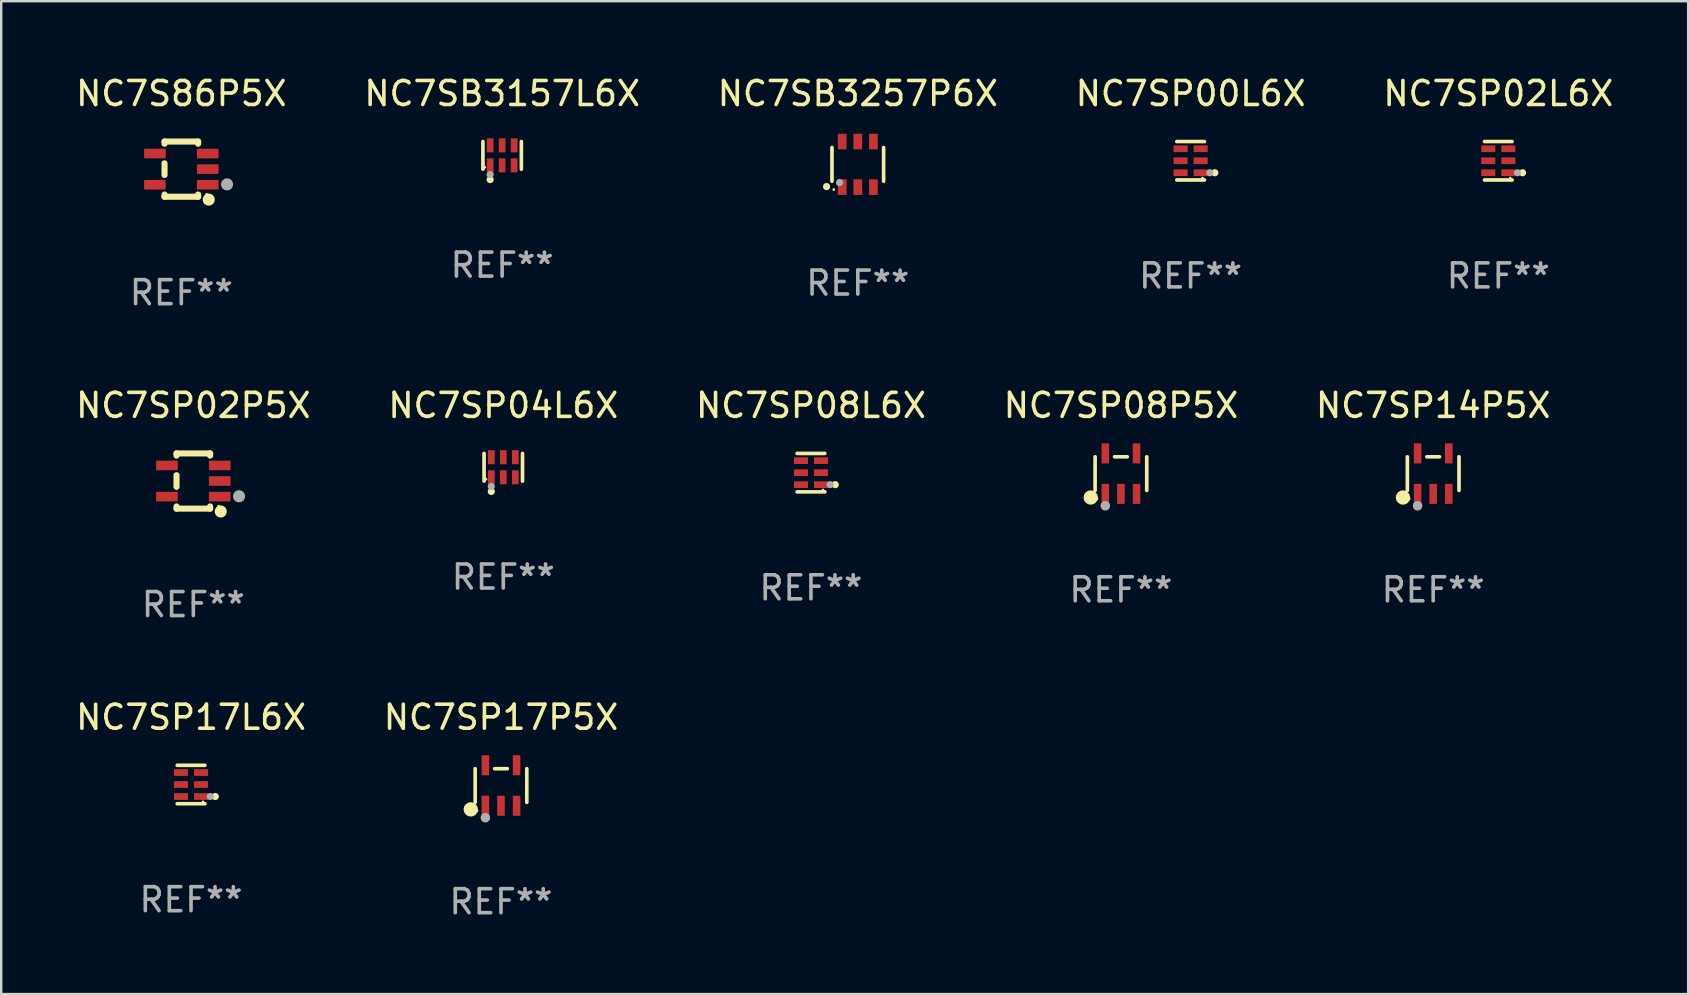
<source format=kicad_pcb>
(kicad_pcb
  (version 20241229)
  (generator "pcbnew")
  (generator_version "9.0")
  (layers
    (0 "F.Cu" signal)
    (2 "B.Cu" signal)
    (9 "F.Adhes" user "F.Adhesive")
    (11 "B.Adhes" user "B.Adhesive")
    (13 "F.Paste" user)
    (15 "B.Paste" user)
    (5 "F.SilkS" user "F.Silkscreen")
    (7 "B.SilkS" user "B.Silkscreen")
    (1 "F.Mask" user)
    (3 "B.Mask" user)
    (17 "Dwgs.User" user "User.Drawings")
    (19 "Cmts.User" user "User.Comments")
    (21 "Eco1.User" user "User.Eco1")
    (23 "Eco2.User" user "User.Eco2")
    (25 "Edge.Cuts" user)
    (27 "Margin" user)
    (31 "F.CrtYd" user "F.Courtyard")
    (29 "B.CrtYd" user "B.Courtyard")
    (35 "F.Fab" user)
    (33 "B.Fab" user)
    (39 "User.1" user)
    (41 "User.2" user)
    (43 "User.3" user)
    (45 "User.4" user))
  (footprint "NC7SP02P5X"
    (layer "F.Cu")
    (at 5.006 16.995)
    (property "Reference" "NC7SP02P5X" (at 0 -3.15 0) (layer "F.SilkS") (effects (font (size 1 1) (thickness 0.15))))
    (attr through_hole)
    (fp_line (start -0.7 -1.15) (end 0.7 -1.15) (stroke (width 0.254) (type solid)) (layer "F.SilkS"))
    (fp_line (start -0.7 -1.058) (end -0.7 -1.15) (stroke (width 0.254) (type solid)) (layer "F.SilkS"))
    (fp_line (start -0.7 0.242) (end -0.7 -0.242) (stroke (width 0.254) (type solid)) (layer "F.SilkS"))
    (fp_line (start -0.7 1.15) (end -0.7 1.058) (stroke (width 0.254) (type solid)) (layer "F.SilkS"))
    (fp_line (start -0.7 1.15) (end 0.7 1.15) (stroke (width 0.254) (type solid)) (layer "F.SilkS"))
    (fp_line (start 0.7 -1.058) (end 0.7 -1.15) (stroke (width 0.254) (type solid)) (layer "F.SilkS"))
    (fp_line (start 0.7 1.15) (end 0.7 1.058) (stroke (width 0.254) (type solid)) (layer "F.SilkS"))
    (fp_circle (center 1.053 1.052) (end 1.083 1.052) (stroke (width 0.06) (type solid)) (fill no) (layer "F.SilkS"))
    (fp_circle (center 1.143 1.27) (end 1.27 1.27) (stroke (width 0.254) (type solid)) (fill no) (layer "F.SilkS"))
    (fp_circle (center 1.905 0.635) (end 2.032 0.635) (stroke (width 0.254) (type solid)) (fill no) (layer "F.Fab"))
    (fp_text user "REF**" (at 0 5.15 0) (layer "F.Fab") (effects (font (size 1 1) (thickness 0.15))))
    (pad "1" smd rect (at 1.1 0.65 90) (size 0.4 0.9) (layers "F.Cu" "F.Mask" "F.Paste"))
    (pad "2" smd rect (at 1.1 0.000076 90) (size 0.4 0.9) (layers "F.Cu" "F.Mask" "F.Paste"))
    (pad "3" smd rect (at 1.1 -0.65 90) (size 0.4 0.9) (layers "F.Cu" "F.Mask" "F.Paste"))
    (pad "4" smd rect (at -1.1 -0.65 90) (size 0.4 0.9) (layers "F.Cu" "F.Mask" "F.Paste"))
    (pad "5" smd rect (at -1.1 0.65 90) (size 0.4 0.9) (layers "F.Cu" "F.Mask" "F.Paste")))
  (footprint "NC7SP08L6X"
    (layer "F.Cu")
    (at 30.744 16.646)
    (property "Reference" "NC7SP08L6X" (at 0 -2.801 0) (layer "F.SilkS") (effects (font (size 1 1) (thickness 0.15))))
    (attr through_hole)
    (fp_line (start 0.576 -0.801) (end -0.576 -0.801) (stroke (width 0.152) (type solid)) (layer "F.SilkS"))
    (fp_line (start 0.576 0.801) (end -0.576 0.801) (stroke (width 0.152) (type solid)) (layer "F.SilkS"))
    (fp_circle (center 0.5 0.725) (end 0.53 0.725) (stroke (width 0.06) (type solid)) (fill no) (layer "F.SilkS"))
    (fp_circle (center 1.01 0.5) (end 1.085 0.5) (stroke (width 0.15) (type solid)) (fill no) (layer "F.SilkS"))
    (fp_circle (center 0.8 0.5) (end 0.875 0.5) (stroke (width 0.15) (type solid)) (fill no) (layer "F.Fab"))
    (fp_text user "REF**" (at 0 4.801 0) (layer "F.Fab") (effects (font (size 1 1) (thickness 0.15))))
    (pad "1" smd rect (at 0.418 0.5 90) (size 0.28 0.585) (layers "F.Cu" "F.Mask" "F.Paste"))
    (pad "2" smd rect (at 0.418 0 90) (size 0.28 0.585) (layers "F.Cu" "F.Mask" "F.Paste"))
    (pad "3" smd rect (at 0.418 -0.5 90) (size 0.28 0.585) (layers "F.Cu" "F.Mask" "F.Paste"))
    (pad "4" smd rect (at -0.418 -0.5 90) (size 0.28 0.585) (layers "F.Cu" "F.Mask" "F.Paste"))
    (pad "5" smd rect (at -0.418 0 90) (size 0.28 0.585) (layers "F.Cu" "F.Mask" "F.Paste"))
    (pad "6" smd rect (at -0.418 0.5 90) (size 0.28 0.585) (layers "F.Cu" "F.Mask" "F.Paste")))
  (footprint "NC7SP04L6X"
    (layer "F.Cu")
    (at 17.923 16.421)
    (property "Reference" "NC7SP04L6X" (at 0 -2.576 0) (layer "F.SilkS") (effects (font (size 1 1) (thickness 0.15))))
    (attr through_hole)
    (fp_line (start -0.801 0.576) (end -0.801 -0.576) (stroke (width 0.152) (type solid)) (layer "F.SilkS"))
    (fp_line (start 0.801 0.576) (end 0.801 -0.576) (stroke (width 0.152) (type solid)) (layer "F.SilkS"))
    (fp_circle (center -0.725 0.5) (end -0.695 0.5) (stroke (width 0.06) (type solid)) (fill no) (layer "F.SilkS"))
    (fp_circle (center -0.5 1.01) (end -0.425 1.01) (stroke (width 0.15) (type solid)) (fill no) (layer "F.SilkS"))
    (fp_circle (center -0.5 0.8) (end -0.425 0.8) (stroke (width 0.15) (type solid)) (fill no) (layer "F.Fab"))
    (fp_text user "REF**" (at 0 4.576 0) (layer "F.Fab") (effects (font (size 1 1) (thickness 0.15))))
    (pad "1" smd rect (at -0.5 0.418) (size 0.28 0.585) (layers "F.Cu" "F.Mask" "F.Paste"))
    (pad "2" smd rect (at 0 0.418) (size 0.28 0.585) (layers "F.Cu" "F.Mask" "F.Paste"))
    (pad "3" smd rect (at 0.5 0.418) (size 0.28 0.585) (layers "F.Cu" "F.Mask" "F.Paste"))
    (pad "4" smd rect (at 0.5 -0.418) (size 0.28 0.585) (layers "F.Cu" "F.Mask" "F.Paste"))
    (pad "5" smd rect (at 0 -0.418) (size 0.28 0.585) (layers "F.Cu" "F.Mask" "F.Paste"))
    (pad "6" smd rect (at -0.5 -0.418) (size 0.28 0.585) (layers "F.Cu" "F.Mask" "F.Paste")))
  (footprint "NC7SB3257P6X"
    (layer "F.Cu")
    (at 32.696 3.798)
    (property "Reference" "NC7SB3257P6X" (at 0 -2.95 0) (layer "F.SilkS") (effects (font (size 1 1) (thickness 0.15))))
    (attr through_hole)
    (fp_line (start -1.076 0.701) (end -1.076 -0.701) (stroke (width 0.152) (type solid)) (layer "F.SilkS"))
    (fp_line (start 1.076 0.701) (end 1.076 -0.701) (stroke (width 0.152) (type solid)) (layer "F.SilkS"))
    (fp_circle (center -1.303 0.927) (end -1.228 0.927) (stroke (width 0.15) (type solid)) (fill no) (layer "F.SilkS"))
    (fp_circle (center -1 1.05) (end -0.97 1.05) (stroke (width 0.06) (type solid)) (fill no) (layer "F.SilkS"))
    (fp_circle (center -0.762 0.762) (end -0.687 0.762) (stroke (width 0.15) (type solid)) (fill no) (layer "F.Fab"))
    (fp_text user "REF**" (at 0 4.95 0) (layer "F.Fab") (effects (font (size 1 1) (thickness 0.15))))
    (pad "1" smd rect (at -0.65 0.95) (size 0.364 0.65) (layers "F.Cu" "F.Mask" "F.Paste"))
    (pad "2" smd rect (at 0 0.95) (size 0.364 0.65) (layers "F.Cu" "F.Mask" "F.Paste"))
    (pad "3" smd rect (at 0.65 0.95) (size 0.364 0.65) (layers "F.Cu" "F.Mask" "F.Paste"))
    (pad "4" smd rect (at 0.65 -0.95) (size 0.364 0.65) (layers "F.Cu" "F.Mask" "F.Paste"))
    (pad "5" smd rect (at 0 -0.95) (size 0.364 0.65) (layers "F.Cu" "F.Mask" "F.Paste"))
    (pad "6" smd rect (at -0.65 -0.95) (size 0.364 0.65) (layers "F.Cu" "F.Mask" "F.Paste")))
  (footprint "NC7SP14P5X"
    (layer "F.Cu")
    (at 56.673 16.687)
    (property "Reference" "NC7SP14P5X" (at 0 -2.843 0) (layer "F.SilkS") (effects (font (size 1 1) (thickness 0.15))))
    (attr through_hole)
    (fp_line (start -1.076 0.701) (end -1.076 -0.701) (stroke (width 0.152) (type solid)) (layer "F.SilkS"))
    (fp_line (start 0.264 -0.701) (end -0.264 -0.701) (stroke (width 0.152) (type solid)) (layer "F.SilkS"))
    (fp_line (start 1.076 0.701) (end 1.076 -0.701) (stroke (width 0.152) (type solid)) (layer "F.SilkS"))
    (fp_circle (center -1.26 0.995) (end -1.11 0.995) (stroke (width 0.3) (type solid)) (fill no) (layer "F.SilkS"))
    (fp_circle (center -1 1.05) (end -0.97 1.05) (stroke (width 0.06) (type solid)) (fill no) (layer "F.SilkS"))
    (fp_circle (center -0.65 1.341) (end -0.55 1.341) (stroke (width 0.2) (type solid)) (fill no) (layer "F.Fab"))
    (fp_text user "REF**" (at 0 4.843 0) (layer "F.Fab") (effects (font (size 1 1) (thickness 0.15))))
    (pad "1" smd rect (at -0.65 0.843) (size 0.315 0.835) (layers "F.Cu" "F.Mask" "F.Paste"))
    (pad "2" smd rect (at 0.00014 0.843) (size 0.315 0.835) (layers "F.Cu" "F.Mask" "F.Paste"))
    (pad "3" smd rect (at 0.65 0.843) (size 0.315 0.835) (layers "F.Cu" "F.Mask" "F.Paste"))
    (pad "4" smd rect (at 0.65 -0.843) (size 0.315 0.835) (layers "F.Cu" "F.Mask" "F.Paste"))
    (pad "5" smd rect (at -0.65 -0.843) (size 0.315 0.835) (layers "F.Cu" "F.Mask" "F.Paste")))
  (footprint "NC7SP17L6X"
    (layer "F.Cu")
    (at 4.911 29.642)
    (property "Reference" "NC7SP17L6X" (at 0 -2.801 0) (layer "F.SilkS") (effects (font (size 1 1) (thickness 0.15))))
    (attr through_hole)
    (fp_line (start 0.576 -0.801) (end -0.576 -0.801) (stroke (width 0.152) (type solid)) (layer "F.SilkS"))
    (fp_line (start 0.576 0.801) (end -0.576 0.801) (stroke (width 0.152) (type solid)) (layer "F.SilkS"))
    (fp_circle (center 0.5 0.725) (end 0.53 0.725) (stroke (width 0.06) (type solid)) (fill no) (layer "F.SilkS"))
    (fp_circle (center 1.01 0.5) (end 1.085 0.5) (stroke (width 0.15) (type solid)) (fill no) (layer "F.SilkS"))
    (fp_circle (center 0.8 0.5) (end 0.875 0.5) (stroke (width 0.15) (type solid)) (fill no) (layer "F.Fab"))
    (fp_text user "REF**" (at 0 4.801 0) (layer "F.Fab") (effects (font (size 1 1) (thickness 0.15))))
    (pad "1" smd rect (at 0.418 0.5 90) (size 0.28 0.585) (layers "F.Cu" "F.Mask" "F.Paste"))
    (pad "2" smd rect (at 0.418 0 90) (size 0.28 0.585) (layers "F.Cu" "F.Mask" "F.Paste"))
    (pad "3" smd rect (at 0.418 -0.5 90) (size 0.28 0.585) (layers "F.Cu" "F.Mask" "F.Paste"))
    (pad "4" smd rect (at -0.418 -0.5 90) (size 0.28 0.585) (layers "F.Cu" "F.Mask" "F.Paste"))
    (pad "5" smd rect (at -0.418 0 90) (size 0.28 0.585) (layers "F.Cu" "F.Mask" "F.Paste"))
    (pad "6" smd rect (at -0.418 0.5 90) (size 0.28 0.585) (layers "F.Cu" "F.Mask" "F.Paste")))
  (footprint "NC7SP00L6X"
    (layer "F.Cu")
    (at 46.565 3.649)
    (property "Reference" "NC7SP00L6X" (at 0 -2.801 0) (layer "F.SilkS") (effects (font (size 1 1) (thickness 0.15))))
    (attr through_hole)
    (fp_line (start 0.576 -0.801) (end -0.576 -0.801) (stroke (width 0.152) (type solid)) (layer "F.SilkS"))
    (fp_line (start 0.576 0.801) (end -0.576 0.801) (stroke (width 0.152) (type solid)) (layer "F.SilkS"))
    (fp_circle (center 0.5 0.725) (end 0.53 0.725) (stroke (width 0.06) (type solid)) (fill no) (layer "F.SilkS"))
    (fp_circle (center 1.01 0.5) (end 1.085 0.5) (stroke (width 0.15) (type solid)) (fill no) (layer "F.SilkS"))
    (fp_circle (center 0.8 0.5) (end 0.875 0.5) (stroke (width 0.15) (type solid)) (fill no) (layer "F.Fab"))
    (fp_text user "REF**" (at 0 4.801 0) (layer "F.Fab") (effects (font (size 1 1) (thickness 0.15))))
    (pad "1" smd rect (at 0.418 0.5 90) (size 0.28 0.585) (layers "F.Cu" "F.Mask" "F.Paste"))
    (pad "2" smd rect (at 0.418 0 90) (size 0.28 0.585) (layers "F.Cu" "F.Mask" "F.Paste"))
    (pad "3" smd rect (at 0.418 -0.5 90) (size 0.28 0.585) (layers "F.Cu" "F.Mask" "F.Paste"))
    (pad "4" smd rect (at -0.418 -0.5 90) (size 0.28 0.585) (layers "F.Cu" "F.Mask" "F.Paste"))
    (pad "5" smd rect (at -0.418 0 90) (size 0.28 0.585) (layers "F.Cu" "F.Mask" "F.Paste"))
    (pad "6" smd rect (at -0.418 0.5 90) (size 0.28 0.585) (layers "F.Cu" "F.Mask" "F.Paste")))
  (footprint "NC7SP08P5X"
    (layer "F.Cu")
    (at 43.661 16.687)
    (property "Reference" "NC7SP08P5X" (at 0 -2.843 0) (layer "F.SilkS") (effects (font (size 1 1) (thickness 0.15))))
    (attr through_hole)
    (fp_line (start -1.076 0.701) (end -1.076 -0.701) (stroke (width 0.152) (type solid)) (layer "F.SilkS"))
    (fp_line (start 0.264 -0.701) (end -0.264 -0.701) (stroke (width 0.152) (type solid)) (layer "F.SilkS"))
    (fp_line (start 1.076 0.701) (end 1.076 -0.701) (stroke (width 0.152) (type solid)) (layer "F.SilkS"))
    (fp_circle (center -1.26 0.995) (end -1.11 0.995) (stroke (width 0.3) (type solid)) (fill no) (layer "F.SilkS"))
    (fp_circle (center -1 1.05) (end -0.97 1.05) (stroke (width 0.06) (type solid)) (fill no) (layer "F.SilkS"))
    (fp_circle (center -0.65 1.341) (end -0.55 1.341) (stroke (width 0.2) (type solid)) (fill no) (layer "F.Fab"))
    (fp_text user "REF**" (at 0 4.843 0) (layer "F.Fab") (effects (font (size 1 1) (thickness 0.15))))
    (pad "1" smd rect (at -0.65 0.843) (size 0.315 0.835) (layers "F.Cu" "F.Mask" "F.Paste"))
    (pad "2" smd rect (at 0.00014 0.843) (size 0.315 0.835) (layers "F.Cu" "F.Mask" "F.Paste"))
    (pad "3" smd rect (at 0.65 0.843) (size 0.315 0.835) (layers "F.Cu" "F.Mask" "F.Paste"))
    (pad "4" smd rect (at 0.65 -0.843) (size 0.315 0.835) (layers "F.Cu" "F.Mask" "F.Paste"))
    (pad "5" smd rect (at -0.65 -0.843) (size 0.315 0.835) (layers "F.Cu" "F.Mask" "F.Paste")))
  (footprint "NC7SP02L6X"
    (layer "F.Cu")
    (at 59.387 3.649)
    (property "Reference" "NC7SP02L6X" (at 0 -2.801 0) (layer "F.SilkS") (effects (font (size 1 1) (thickness 0.15))))
    (attr through_hole)
    (fp_line (start 0.576 -0.801) (end -0.576 -0.801) (stroke (width 0.152) (type solid)) (layer "F.SilkS"))
    (fp_line (start 0.576 0.801) (end -0.576 0.801) (stroke (width 0.152) (type solid)) (layer "F.SilkS"))
    (fp_circle (center 0.5 0.725) (end 0.53 0.725) (stroke (width 0.06) (type solid)) (fill no) (layer "F.SilkS"))
    (fp_circle (center 1.01 0.5) (end 1.085 0.5) (stroke (width 0.15) (type solid)) (fill no) (layer "F.SilkS"))
    (fp_circle (center 0.8 0.5) (end 0.875 0.5) (stroke (width 0.15) (type solid)) (fill no) (layer "F.Fab"))
    (fp_text user "REF**" (at 0 4.801 0) (layer "F.Fab") (effects (font (size 1 1) (thickness 0.15))))
    (pad "1" smd rect (at 0.418 0.5 90) (size 0.28 0.585) (layers "F.Cu" "F.Mask" "F.Paste"))
    (pad "2" smd rect (at 0.418 0 90) (size 0.28 0.585) (layers "F.Cu" "F.Mask" "F.Paste"))
    (pad "3" smd rect (at 0.418 -0.5 90) (size 0.28 0.585) (layers "F.Cu" "F.Mask" "F.Paste"))
    (pad "4" smd rect (at -0.418 -0.5 90) (size 0.28 0.585) (layers "F.Cu" "F.Mask" "F.Paste"))
    (pad "5" smd rect (at -0.418 0 90) (size 0.28 0.585) (layers "F.Cu" "F.Mask" "F.Paste"))
    (pad "6" smd rect (at -0.418 0.5 90) (size 0.28 0.585) (layers "F.Cu" "F.Mask" "F.Paste")))
  (footprint "NC7S86P5X"
    (layer "F.Cu")
    (at 4.506 3.998)
    (property "Reference" "NC7S86P5X" (at 0 -3.15 0) (layer "F.SilkS") (effects (font (size 1 1) (thickness 0.15))))
    (attr through_hole)
    (fp_line (start -0.7 -1.15) (end 0.7 -1.15) (stroke (width 0.254) (type solid)) (layer "F.SilkS"))
    (fp_line (start -0.7 -1.058) (end -0.7 -1.15) (stroke (width 0.254) (type solid)) (layer "F.SilkS"))
    (fp_line (start -0.7 0.242) (end -0.7 -0.242) (stroke (width 0.254) (type solid)) (layer "F.SilkS"))
    (fp_line (start -0.7 1.15) (end -0.7 1.058) (stroke (width 0.254) (type solid)) (layer "F.SilkS"))
    (fp_line (start -0.7 1.15) (end 0.7 1.15) (stroke (width 0.254) (type solid)) (layer "F.SilkS"))
    (fp_line (start 0.7 -1.058) (end 0.7 -1.15) (stroke (width 0.254) (type solid)) (layer "F.SilkS"))
    (fp_line (start 0.7 1.15) (end 0.7 1.058) (stroke (width 0.254) (type solid)) (layer "F.SilkS"))
    (fp_circle (center 1.053 1.052) (end 1.083 1.052) (stroke (width 0.06) (type solid)) (fill no) (layer "F.SilkS"))
    (fp_circle (center 1.143 1.27) (end 1.27 1.27) (stroke (width 0.254) (type solid)) (fill no) (layer "F.SilkS"))
    (fp_circle (center 1.905 0.635) (end 2.032 0.635) (stroke (width 0.254) (type solid)) (fill no) (layer "F.Fab"))
    (fp_text user "REF**" (at 0 5.15 0) (layer "F.Fab") (effects (font (size 1 1) (thickness 0.15))))
    (pad "1" smd rect (at 1.1 0.65 90) (size 0.4 0.9) (layers "F.Cu" "F.Mask" "F.Paste"))
    (pad "2" smd rect (at 1.1 0.000076 90) (size 0.4 0.9) (layers "F.Cu" "F.Mask" "F.Paste"))
    (pad "3" smd rect (at 1.1 -0.65 90) (size 0.4 0.9) (layers "F.Cu" "F.Mask" "F.Paste"))
    (pad "4" smd rect (at -1.1 -0.65 90) (size 0.4 0.9) (layers "F.Cu" "F.Mask" "F.Paste"))
    (pad "5" smd rect (at -1.1 0.65 90) (size 0.4 0.9) (layers "F.Cu" "F.Mask" "F.Paste")))
  (footprint "NC7SB3157L6X"
    (layer "F.Cu")
    (at 17.875 3.424)
    (property "Reference" "NC7SB3157L6X" (at 0 -2.576 0) (layer "F.SilkS") (effects (font (size 1 1) (thickness 0.15))))
    (attr through_hole)
    (fp_line (start -0.801 0.576) (end -0.801 -0.576) (stroke (width 0.152) (type solid)) (layer "F.SilkS"))
    (fp_line (start 0.801 0.576) (end 0.801 -0.576) (stroke (width 0.152) (type solid)) (layer "F.SilkS"))
    (fp_circle (center -0.725 0.5) (end -0.695 0.5) (stroke (width 0.06) (type solid)) (fill no) (layer "F.SilkS"))
    (fp_circle (center -0.5 1.01) (end -0.425 1.01) (stroke (width 0.15) (type solid)) (fill no) (layer "F.SilkS"))
    (fp_circle (center -0.5 0.8) (end -0.425 0.8) (stroke (width 0.15) (type solid)) (fill no) (layer "F.Fab"))
    (fp_text user "REF**" (at 0 4.576 0) (layer "F.Fab") (effects (font (size 1 1) (thickness 0.15))))
    (pad "1" smd rect (at -0.5 0.418) (size 0.28 0.585) (layers "F.Cu" "F.Mask" "F.Paste"))
    (pad "2" smd rect (at 0 0.418) (size 0.28 0.585) (layers "F.Cu" "F.Mask" "F.Paste"))
    (pad "3" smd rect (at 0.5 0.418) (size 0.28 0.585) (layers "F.Cu" "F.Mask" "F.Paste"))
    (pad "4" smd rect (at 0.5 -0.418) (size 0.28 0.585) (layers "F.Cu" "F.Mask" "F.Paste"))
    (pad "5" smd rect (at 0 -0.418) (size 0.28 0.585) (layers "F.Cu" "F.Mask" "F.Paste"))
    (pad "6" smd rect (at -0.5 -0.418) (size 0.28 0.585) (layers "F.Cu" "F.Mask" "F.Paste")))
  (footprint "NC7SP17P5X"
    (layer "F.Cu")
    (at 17.827 29.684)
    (property "Reference" "NC7SP17P5X" (at 0 -2.843 0) (layer "F.SilkS") (effects (font (size 1 1) (thickness 0.15))))
    (attr through_hole)
    (fp_line (start -1.076 0.701) (end -1.076 -0.701) (stroke (width 0.152) (type solid)) (layer "F.SilkS"))
    (fp_line (start 0.264 -0.701) (end -0.264 -0.701) (stroke (width 0.152) (type solid)) (layer "F.SilkS"))
    (fp_line (start 1.076 0.701) (end 1.076 -0.701) (stroke (width 0.152) (type solid)) (layer "F.SilkS"))
    (fp_circle (center -1.26 0.995) (end -1.11 0.995) (stroke (width 0.3) (type solid)) (fill no) (layer "F.SilkS"))
    (fp_circle (center -1 1.05) (end -0.97 1.05) (stroke (width 0.06) (type solid)) (fill no) (layer "F.SilkS"))
    (fp_circle (center -0.65 1.341) (end -0.55 1.341) (stroke (width 0.2) (type solid)) (fill no) (layer "F.Fab"))
    (fp_text user "REF**" (at 0 4.843 0) (layer "F.Fab") (effects (font (size 1 1) (thickness 0.15))))
    (pad "1" smd rect (at -0.65 0.843) (size 0.315 0.835) (layers "F.Cu" "F.Mask" "F.Paste"))
    (pad "2" smd rect (at 0.00014 0.843) (size 0.315 0.835) (layers "F.Cu" "F.Mask" "F.Paste"))
    (pad "3" smd rect (at 0.65 0.843) (size 0.315 0.835) (layers "F.Cu" "F.Mask" "F.Paste"))
    (pad "4" smd rect (at 0.65 -0.843) (size 0.315 0.835) (layers "F.Cu" "F.Mask" "F.Paste"))
    (pad "5" smd rect (at -0.65 -0.843) (size 0.315 0.835) (layers "F.Cu" "F.Mask" "F.Paste")))
  (gr_rect
    (start -3 -3)
    (end 67.298 38.375)
    (stroke (width 0.1) (type default))
    (fill no)
    (layer "Edge.Cuts")))
</source>
